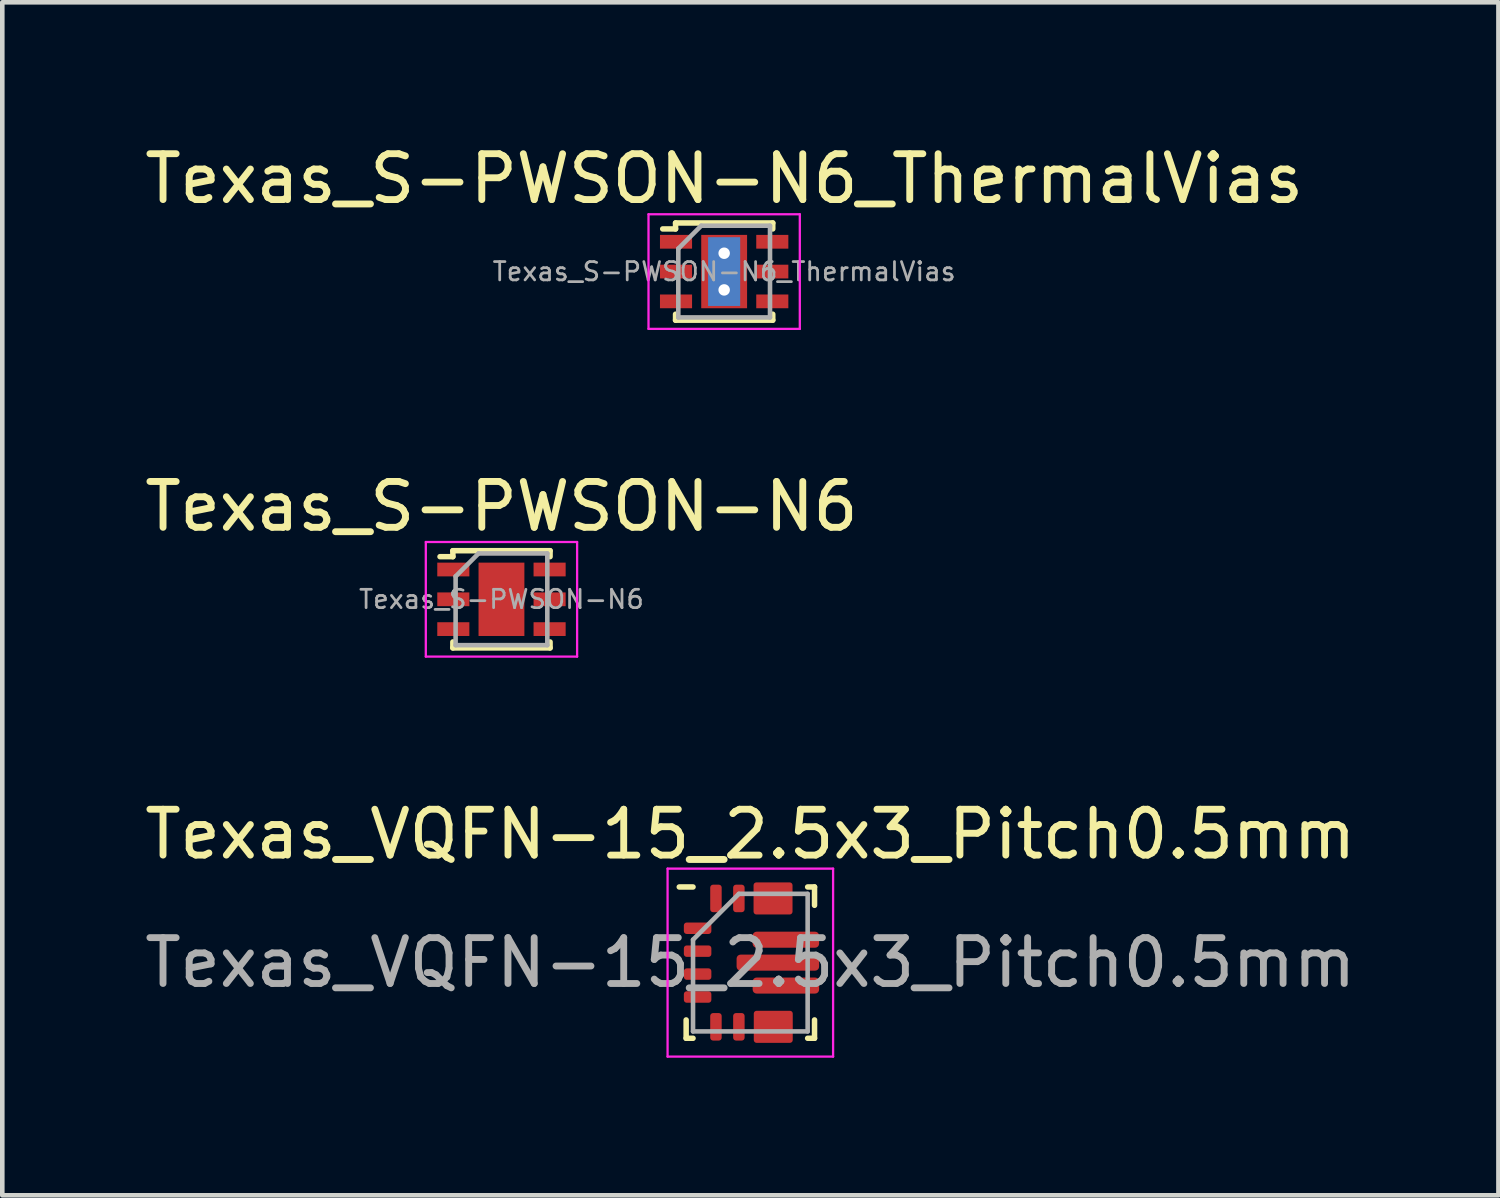
<source format=kicad_pcb>
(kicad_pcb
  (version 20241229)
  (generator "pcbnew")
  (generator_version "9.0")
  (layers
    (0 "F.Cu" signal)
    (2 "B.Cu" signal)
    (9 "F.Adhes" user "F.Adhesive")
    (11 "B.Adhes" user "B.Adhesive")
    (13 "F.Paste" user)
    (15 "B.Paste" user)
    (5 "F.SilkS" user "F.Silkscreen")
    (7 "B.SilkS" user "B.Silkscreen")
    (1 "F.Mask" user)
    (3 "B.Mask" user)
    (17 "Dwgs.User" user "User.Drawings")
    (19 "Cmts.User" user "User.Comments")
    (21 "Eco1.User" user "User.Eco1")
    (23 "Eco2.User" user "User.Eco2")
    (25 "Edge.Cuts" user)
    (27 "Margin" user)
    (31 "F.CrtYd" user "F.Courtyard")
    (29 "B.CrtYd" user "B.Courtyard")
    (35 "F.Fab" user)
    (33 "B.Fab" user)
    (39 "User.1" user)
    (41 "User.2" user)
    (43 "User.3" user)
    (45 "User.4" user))
  (footprint "Texas_S-PWSON-N6_ThermalVias"
    (layer "F.Cu")
    (at 12.744 2.873)
    (property "Reference" "Texas_S-PWSON-N6_ThermalVias" (at 0 -2.025 0) (layer "F.SilkS") (effects (font (size 1 1) (thickness 0.15))))
    (attr smd)
    (fp_line (start -1.06 -1.06) (end -1.06 -0.93) (stroke (width 0.12) (type solid)) (layer "F.SilkS"))
    (fp_line (start -1.06 -1.06) (end 1.06 -1.06) (stroke (width 0.12) (type solid)) (layer "F.SilkS"))
    (fp_line (start -1.06 -0.93) (end -1.34 -0.93) (stroke (width 0.12) (type solid)) (layer "F.SilkS"))
    (fp_line (start -1.06 1.06) (end -1.06 0.93) (stroke (width 0.12) (type solid)) (layer "F.SilkS"))
    (fp_line (start -1.06 1.06) (end 1.06 1.06) (stroke (width 0.12) (type solid)) (layer "F.SilkS"))
    (fp_line (start 1.06 -1.06) (end 1.06 -0.93) (stroke (width 0.12) (type solid)) (layer "F.SilkS"))
    (fp_line (start 1.06 1.06) (end 1.06 0.93) (stroke (width 0.12) (type solid)) (layer "F.SilkS"))
    (fp_line (start -1.65 -1.25) (end -1.65 1.25) (stroke (width 0.05) (type solid)) (layer "F.CrtYd"))
    (fp_line (start -1.65 -1.25) (end 1.65 -1.25) (stroke (width 0.05) (type solid)) (layer "F.CrtYd"))
    (fp_line (start -1.65 1.25) (end 1.65 1.25) (stroke (width 0.05) (type solid)) (layer "F.CrtYd"))
    (fp_line (start 1.65 -1.25) (end 1.65 1.25) (stroke (width 0.05) (type solid)) (layer "F.CrtYd"))
    (fp_line (start -1 1) (end -1 -0.5) (stroke (width 0.1) (type solid)) (layer "F.Fab"))
    (fp_line (start -0.5 -1) (end -1 -0.5) (stroke (width 0.1) (type solid)) (layer "F.Fab"))
    (fp_line (start -0.5 -1) (end 1 -1) (stroke (width 0.1) (type solid)) (layer "F.Fab"))
    (fp_line (start 1 -1) (end 1 1) (stroke (width 0.1) (type solid)) (layer "F.Fab"))
    (fp_line (start 1 1) (end -1 1) (stroke (width 0.1) (type solid)) (layer "F.Fab"))
    (fp_text user "${REFERENCE}" (at 0 0 0) (layer "F.Fab") (effects (font (size 0.4 0.4) (thickness 0.06))))
    (pad "" smd rect (at 0 0) (size 0.8 1.4) (layers "F.Paste"))
    (pad "1" smd rect (at -1.05 -0.65) (size 0.7 0.3) (layers "F.Cu" "F.Mask" "F.Paste"))
    (pad "2" smd rect (at -1.05 0) (size 0.7 0.3) (layers "F.Cu" "F.Mask" "F.Paste"))
    (pad "3" smd rect (at -1.05 0.65) (size 0.7 0.3) (layers "F.Cu" "F.Mask" "F.Paste"))
    (pad "4" smd rect (at 1.05 0.65) (size 0.7 0.3) (layers "F.Cu" "F.Mask" "F.Paste"))
    (pad "5" smd rect (at 1.05 0) (size 0.7 0.3) (layers "F.Cu" "F.Mask" "F.Paste"))
    (pad "6" smd rect (at 1.05 -0.65) (size 0.7 0.3) (layers "F.Cu" "F.Mask" "F.Paste"))
    (pad "7" thru_hole circle (at 0 -0.4) (size 0.6 0.6) (drill 0.25) (layers "*.Cu"))
    (pad "7" smd rect (at 0 0) (size 0.7 1.5) (layers "B.Cu"))
    (pad "7" smd rect (at 0 0) (size 1 1.6) (layers "F.Cu" "F.Mask"))
    (pad "7" thru_hole circle (at 0 0.4) (size 0.6 0.6) (drill 0.25) (layers "*.Cu")))
  (footprint "Texas_VQFN-15_2.5x3_Pitch0.5mm"
    (layer "F.Cu")
    (at 13.34 17.945)
    (property "Reference" "Texas_VQFN-15_2.5x3_Pitch0.5mm" (at -0.025 -2.8 0) (layer "F.SilkS") (effects (font (size 1 1) (thickness 0.15))))
    (attr smd)
    (fp_line (start -1.425 1.65) (end -1.425 1.25) (stroke (width 0.12) (type solid)) (layer "F.SilkS"))
    (fp_line (start -1.275 -1.65) (end -1.575 -1.65) (stroke (width 0.12) (type solid)) (layer "F.SilkS"))
    (fp_line (start -1.275 1.65) (end -1.425 1.65) (stroke (width 0.12) (type solid)) (layer "F.SilkS"))
    (fp_line (start 1.225 -1.65) (end 1.375 -1.65) (stroke (width 0.12) (type solid)) (layer "F.SilkS"))
    (fp_line (start 1.225 1.65) (end 1.375 1.65) (stroke (width 0.12) (type solid)) (layer "F.SilkS"))
    (fp_line (start 1.375 -1.65) (end 1.375 -1.25) (stroke (width 0.12) (type solid)) (layer "F.SilkS"))
    (fp_line (start 1.375 1.65) (end 1.375 1.25) (stroke (width 0.12) (type solid)) (layer "F.SilkS"))
    (fp_line (start -1.83 -2.05) (end 1.78 -2.05) (stroke (width 0.05) (type solid)) (layer "F.CrtYd"))
    (fp_line (start -1.83 2.05) (end -1.83 -2.05) (stroke (width 0.05) (type solid)) (layer "F.CrtYd"))
    (fp_line (start 1.78 -2.05) (end 1.78 2.05) (stroke (width 0.05) (type solid)) (layer "F.CrtYd"))
    (fp_line (start 1.78 2.05) (end -1.83 2.05) (stroke (width 0.05) (type solid)) (layer "F.CrtYd"))
    (fp_line (start -1.275 -0.5) (end -1.275 1.5) (stroke (width 0.1) (type solid)) (layer "F.Fab"))
    (fp_line (start -1.275 1.5) (end 1.225 1.5) (stroke (width 0.1) (type solid)) (layer "F.Fab"))
    (fp_line (start -0.275 -1.5) (end -1.275 -0.5) (stroke (width 0.1) (type solid)) (layer "F.Fab"))
    (fp_line (start 1.225 -1.5) (end -0.275 -1.5) (stroke (width 0.1) (type solid)) (layer "F.Fab"))
    (fp_line (start 1.225 1.5) (end 1.225 -1.5) (stroke (width 0.1) (type solid)) (layer "F.Fab"))
    (fp_text user "${REFERENCE}" (at -0.025 0 0) (layer "F.Fab") (effects (font (size 1 1) (thickness 0.15))))
    (pad "" smd roundrect (at 0.115 0 90) (size 0.25 0.72) (layers "F.Paste") (roundrect_rratio 0.25))
    (pad "" smd roundrect (at 0.225 -1.4) (size 0.25 0.6) (layers "F.Mask" "F.Paste") (roundrect_rratio 0.25))
    (pad "" smd roundrect (at 0.225 1.4) (size 0.25 0.6) (layers "F.Mask" "F.Paste") (roundrect_rratio 0.25))
    (pad "" smd roundrect (at 0.313 -0.5 90) (size 0.25 0.575) (layers "F.Paste") (roundrect_rratio 0.25))
    (pad "" smd roundrect (at 0.313 0.5 90) (size 0.25 0.575) (layers "F.Paste") (roundrect_rratio 0.25))
    (pad "" smd roundrect (at 0.475 -1.223 90) (size 0.25 0.75) (layers "F.Mask" "F.Paste") (roundrect_rratio 0.25))
    (pad "" smd roundrect (at 0.475 1.226 90) (size 0.25 0.75) (layers "F.Mask" "F.Paste") (roundrect_rratio 0.25))
    (pad "" smd roundrect (at 0.725 -1.4) (size 0.25 0.6) (layers "F.Mask" "F.Paste") (roundrect_rratio 0.25))
    (pad "" smd roundrect (at 0.725 1.4) (size 0.25 0.6) (layers "F.Mask" "F.Paste") (roundrect_rratio 0.25))
    (pad "" smd roundrect (at 1.035 0.008 90) (size 0.25 0.72) (layers "F.Paste") (roundrect_rratio 0.25))
    (pad "" smd roundrect (at 1.138 -0.5 90) (size 0.25 0.575) (layers "F.Paste") (roundrect_rratio 0.25))
    (pad "" smd roundrect (at 1.138 0.5 90) (size 0.25 0.575) (layers "F.Paste") (roundrect_rratio 0.25))
    (pad "1" smd roundrect (at -1.175 -0.75 90) (size 0.25 0.6) (layers "F.Cu" "F.Mask" "F.Paste") (roundrect_rratio 0.25))
    (pad "2" smd roundrect (at -1.175 -0.25 90) (size 0.25 0.6) (layers "F.Cu" "F.Mask" "F.Paste") (roundrect_rratio 0.25))
    (pad "3" smd roundrect (at -1.175 0.25 90) (size 0.25 0.6) (layers "F.Cu" "F.Mask" "F.Paste") (roundrect_rratio 0.25))
    (pad "4" smd roundrect (at -1.175 0.75 90) (size 0.25 0.6) (layers "F.Cu" "F.Mask" "F.Paste") (roundrect_rratio 0.25))
    (pad "5" smd roundrect (at -0.775 1.4) (size 0.25 0.6) (layers "F.Cu" "F.Mask" "F.Paste") (roundrect_rratio 0.25))
    (pad "6" smd roundrect (at -0.275 1.4) (size 0.25 0.6) (layers "F.Cu" "F.Mask" "F.Paste") (roundrect_rratio 0.25))
    (pad "7" smd roundrect (at 0.475 1.4) (size 0.85 0.7) (layers "F.Cu") (roundrect_rratio 0.089))
    (pad "9" smd roundrect (at 0.75 0.5 90) (size 0.35 1.45) (layers "F.Cu" "F.Mask") (roundrect_rratio 0.25))
    (pad "10" smd roundrect (at 0.575 0 90) (size 0.35 1.8) (layers "F.Cu" "F.Mask") (roundrect_rratio 0.25))
    (pad "11" smd roundrect (at 0.75 -0.5 90) (size 0.35 1.45) (layers "F.Cu" "F.Mask") (roundrect_rratio 0.25))
    (pad "12" smd roundrect (at 0.47 -1.4) (size 0.85 0.7) (layers "F.Cu") (roundrect_rratio 0.089))
    (pad "14" smd roundrect (at -0.275 -1.4) (size 0.25 0.6) (layers "F.Cu" "F.Mask" "F.Paste") (roundrect_rratio 0.25))
    (pad "15" smd roundrect (at -0.775 -1.4) (size 0.25 0.6) (layers "F.Cu" "F.Mask" "F.Paste") (roundrect_rratio 0.25)))
  (footprint "Texas_S-PWSON-N6"
    (layer "F.Cu")
    (at 7.887 10.021)
    (property "Reference" "Texas_S-PWSON-N6" (at 0 -2.025 0) (layer "F.SilkS") (effects (font (size 1 1) (thickness 0.15))))
    (attr smd)
    (fp_line (start -1.06 -1.06) (end -1.06 -0.93) (stroke (width 0.12) (type solid)) (layer "F.SilkS"))
    (fp_line (start -1.06 -1.06) (end 1.06 -1.06) (stroke (width 0.12) (type solid)) (layer "F.SilkS"))
    (fp_line (start -1.06 -0.93) (end -1.34 -0.93) (stroke (width 0.12) (type solid)) (layer "F.SilkS"))
    (fp_line (start -1.06 1.06) (end -1.06 0.93) (stroke (width 0.12) (type solid)) (layer "F.SilkS"))
    (fp_line (start -1.06 1.06) (end 1.06 1.06) (stroke (width 0.12) (type solid)) (layer "F.SilkS"))
    (fp_line (start 1.06 -1.06) (end 1.06 -0.93) (stroke (width 0.12) (type solid)) (layer "F.SilkS"))
    (fp_line (start 1.06 1.06) (end 1.06 0.93) (stroke (width 0.12) (type solid)) (layer "F.SilkS"))
    (fp_line (start -1.65 -1.25) (end -1.65 1.25) (stroke (width 0.05) (type solid)) (layer "F.CrtYd"))
    (fp_line (start -1.65 -1.25) (end 1.65 -1.25) (stroke (width 0.05) (type solid)) (layer "F.CrtYd"))
    (fp_line (start -1.65 1.25) (end 1.65 1.25) (stroke (width 0.05) (type solid)) (layer "F.CrtYd"))
    (fp_line (start 1.65 -1.25) (end 1.65 1.25) (stroke (width 0.05) (type solid)) (layer "F.CrtYd"))
    (fp_line (start -1 1) (end -1 -0.5) (stroke (width 0.1) (type solid)) (layer "F.Fab"))
    (fp_line (start -0.5 -1) (end -1 -0.5) (stroke (width 0.1) (type solid)) (layer "F.Fab"))
    (fp_line (start -0.5 -1) (end 1 -1) (stroke (width 0.1) (type solid)) (layer "F.Fab"))
    (fp_line (start 1 -1) (end 1 1) (stroke (width 0.1) (type solid)) (layer "F.Fab"))
    (fp_line (start 1 1) (end -1 1) (stroke (width 0.1) (type solid)) (layer "F.Fab"))
    (fp_text user "${REFERENCE}" (at 0 0 0) (layer "F.Fab") (effects (font (size 0.4 0.4) (thickness 0.06))))
    (pad "" smd rect (at 0 0) (size 0.8 1.4) (layers "F.Paste"))
    (pad "1" smd rect (at -1.05 -0.65) (size 0.7 0.3) (layers "F.Cu" "F.Mask" "F.Paste"))
    (pad "2" smd rect (at -1.05 0) (size 0.7 0.3) (layers "F.Cu" "F.Mask" "F.Paste"))
    (pad "3" smd rect (at -1.05 0.65) (size 0.7 0.3) (layers "F.Cu" "F.Mask" "F.Paste"))
    (pad "4" smd rect (at 1.05 0.65) (size 0.7 0.3) (layers "F.Cu" "F.Mask" "F.Paste"))
    (pad "5" smd rect (at 1.05 0) (size 0.7 0.3) (layers "F.Cu" "F.Mask" "F.Paste"))
    (pad "6" smd rect (at 1.05 -0.65) (size 0.7 0.3) (layers "F.Cu" "F.Mask" "F.Paste"))
    (pad "7" smd rect (at 0 0) (size 1 1.6) (layers "F.Cu" "F.Mask")))
  (gr_rect
    (start -3 -3)
    (end 29.631 23.02)
    (stroke (width 0.1) (type default))
    (fill no)
    (layer "Edge.Cuts")))
</source>
